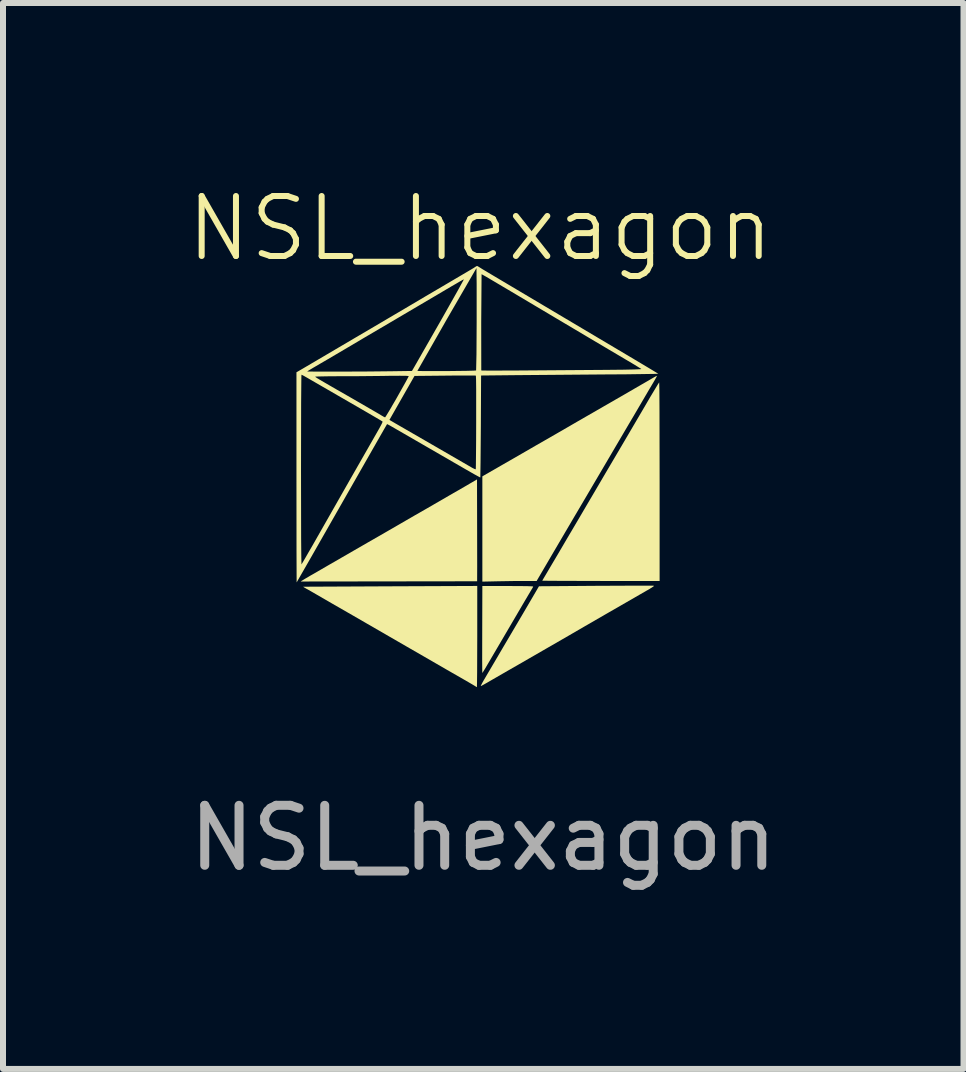
<source format=kicad_pcb>
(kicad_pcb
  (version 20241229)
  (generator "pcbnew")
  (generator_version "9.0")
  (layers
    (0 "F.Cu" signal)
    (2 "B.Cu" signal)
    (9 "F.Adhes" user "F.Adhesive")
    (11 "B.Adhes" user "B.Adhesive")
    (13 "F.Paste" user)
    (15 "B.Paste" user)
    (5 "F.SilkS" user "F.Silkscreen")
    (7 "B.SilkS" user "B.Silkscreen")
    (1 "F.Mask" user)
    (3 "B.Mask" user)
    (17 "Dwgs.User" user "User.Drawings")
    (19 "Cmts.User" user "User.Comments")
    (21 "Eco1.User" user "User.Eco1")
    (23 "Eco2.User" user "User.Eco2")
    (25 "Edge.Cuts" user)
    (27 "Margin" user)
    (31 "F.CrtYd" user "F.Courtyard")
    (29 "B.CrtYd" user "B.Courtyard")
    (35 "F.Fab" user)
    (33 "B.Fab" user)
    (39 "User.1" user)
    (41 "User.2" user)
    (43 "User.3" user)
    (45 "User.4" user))
  (footprint "NSL_hexagon"
    (layer "F.Cu")
    (at 4.955 4.926)
    (property "Reference" "NSL_hexagon" (at 0 -4.166 0) (unlocked yes) (layer "F.SilkS") (effects (font (size 1 1) (thickness 0.1))))
    (attr smd)
    (fp_poly (pts (xy 1.035 1.705) (xy 1.035 1.705) (xy 1.035 1.705)) (stroke (width 0) (type solid)) (fill yes) (layer "F.SilkS"))
    (fp_poly (pts (xy 2.987 -1.471) (xy 2.989 -1.116) (xy 2.991 0.053) (xy 2.991 1.709) (xy 2.013 1.709) (xy 1.322 1.707) (xy 1.035 1.705) (xy 1.035 1.704) (xy 1.037 1.702) (xy 1.041 1.693) (xy 1.048 1.681) (xy 1.057 1.665) (xy 1.081 1.625) (xy 1.11 1.576) (xy 1.193 1.435) (xy 1.289 1.273) (xy 1.458 0.985) (xy 1.628 0.697) (xy 1.797 0.409) (xy 1.87 0.285) (xy 1.954 0.142) (xy 2.11 -0.124) (xy 2.28 -0.412) (xy 2.457 -0.713) (xy 2.754 -1.219) (xy 2.841 -1.368) (xy 2.914 -1.489) (xy 2.964 -1.572) (xy 2.979 -1.594) (xy 2.984 -1.602)) (stroke (width 0) (type solid)) (fill yes) (layer "F.SilkS"))
    (fp_poly (pts (xy -0.051 0.864) (xy -0.05 1.463) (xy -0.051 1.714) (xy -2.991 1.718) (xy -2.991 1.718) (xy -2.991 1.718) (xy -2.991 1.717) (xy -2.988 1.715) (xy -2.977 1.707) (xy -2.958 1.696) (xy -2.934 1.681) (xy -2.904 1.663) (xy -2.869 1.643) (xy -2.831 1.62) (xy -2.79 1.597) (xy -2.5 1.429) (xy -2.309 1.319) (xy -2.119 1.209) (xy -1.869 1.065) (xy -1.594 0.907) (xy -1.395 0.792) (xy -1.312 0.744) (xy -1.238 0.701) (xy -1.105 0.624) (xy -0.878 0.494) (xy -0.519 0.286) (xy -0.445 0.243) (xy -0.362 0.196) (xy -0.267 0.141) (xy -0.163 0.08) (xy -0.053 0.016)) (stroke (width 0) (type solid)) (fill yes) (layer "F.SilkS"))
    (fp_poly (pts (xy 0.645 1.794) (xy 0.777 1.795) (xy 0.856 1.798) (xy 0.876 1.8) (xy 0.881 1.801) (xy 0.883 1.802) (xy 0.883 1.803) (xy 0.882 1.804) (xy 0.882 1.806) (xy 0.881 1.808) (xy 0.88 1.81) (xy 0.879 1.812) (xy 0.878 1.815) (xy 0.877 1.817) (xy 0.875 1.82) (xy 0.874 1.823) (xy 0.87 1.829) (xy 0.866 1.836) (xy 0.864 1.839) (xy 0.862 1.842) (xy 0.734 2.058) (xy 0.455 2.534) (xy 0.08 3.173) (xy 0.04 3.237) (xy 0.037 3.24) (xy 0.035 3.238) (xy 0.035 3.238) (xy 0.035 3.222) (xy 0.034 3.179) (xy 0.033 3.023) (xy 0.034 2.514) (xy 0.036 1.793) (xy 0.459 1.793)) (stroke (width 0) (type solid)) (fill yes) (layer "F.SilkS"))
    (fp_poly (pts (xy -0.049 2.635) (xy -0.051 3.23) (xy -0.053 3.412) (xy -0.055 3.478) (xy -0.056 3.478) (xy -0.057 3.478) (xy -0.058 3.478) (xy -0.059 3.478) (xy -0.06 3.477) (xy -0.061 3.477) (xy -0.062 3.476) (xy -0.063 3.476) (xy -0.064 3.475) (xy -0.065 3.475) (xy -0.066 3.474) (xy -0.067 3.474) (xy -0.068 3.473) (xy -0.069 3.472) (xy -0.069 3.471) (xy -0.07 3.471) (xy -0.07 3.471) (xy -0.076 3.467) (xy -0.089 3.459) (xy -0.134 3.432) (xy -0.199 3.394) (xy -0.277 3.349) (xy -0.561 3.186) (xy -0.938 2.968) (xy -1.221 2.805) (xy -1.903 2.411) (xy -2.201 2.239) (xy -2.485 2.076) (xy -2.728 1.935) (xy -2.818 1.883) (xy -2.891 1.842) (xy -2.915 1.828) (xy -2.934 1.817) (xy -2.941 1.812) (xy -2.946 1.809) (xy -2.95 1.807) (xy -2.95 1.806) (xy -2.951 1.806) (xy -2.951 1.805) (xy -1.499 1.798) (xy -0.049 1.792)) (stroke (width 0) (type solid)) (fill yes) (layer "F.SilkS"))
    (fp_poly (pts (xy 2.945 -1.709) (xy 2.946 -1.709) (xy 2.946 -1.709) (xy 2.946 -1.708) (xy 2.945 -1.706) (xy 2.944 -1.703) (xy 2.942 -1.7) (xy 2.937 -1.689) (xy 2.93 -1.676) (xy 2.921 -1.66) (xy 2.911 -1.642) (xy 2.899 -1.622) (xy 2.887 -1.601) (xy 2.812 -1.475) (xy 2.72 -1.318) (xy 2.551 -1.03) (xy 2.478 -0.907) (xy 2.394 -0.764) (xy 2.237 -0.497) (xy 2.068 -0.209) (xy 1.729 0.367) (xy 1.562 0.65) (xy 1.236 1.205) (xy 0.977 1.647) (xy 0.941 1.709) (xy 0.757 1.709) (xy 0.548 1.71) (xy 0.304 1.714) (xy 0.036 1.72) (xy 0.036 -0.035) (xy 0.072 -0.056) (xy 0.743 -0.442) (xy 0.933 -0.552) (xy 1.264 -0.742) (xy 1.623 -0.95) (xy 2.064 -1.204) (xy 2.496 -1.453) (xy 2.585 -1.505) (xy 2.694 -1.568) (xy 2.8 -1.629) (xy 2.88 -1.676) (xy 2.892 -1.683) (xy 2.904 -1.69) (xy 2.915 -1.696) (xy 2.925 -1.701) (xy 2.933 -1.705) (xy 2.939 -1.708) (xy 2.942 -1.709) (xy 2.944 -1.709) (xy 2.945 -1.709)) (stroke (width 0) (type solid)) (fill yes) (layer "F.SilkS"))
    (fp_poly (pts (xy 2.814 1.787) (xy 2.895 1.788) (xy 2.896 1.789) (xy 2.896 1.789) (xy 2.896 1.79) (xy 2.896 1.79) (xy 2.896 1.791) (xy 2.896 1.792) (xy 2.895 1.793) (xy 2.895 1.794) (xy 2.893 1.795) (xy 2.892 1.797) (xy 2.89 1.798) (xy 2.888 1.8) (xy 2.886 1.802) (xy 2.881 1.806) (xy 2.874 1.81) (xy 2.866 1.815) (xy 2.858 1.821) (xy 2.847 1.827) (xy 2.836 1.834) (xy 2.824 1.842) (xy 2.81 1.85) (xy 2.795 1.859) (xy 2.778 1.868) (xy 2.504 2.026) (xy 2.089 2.265) (xy 1.734 2.47) (xy 1.543 2.581) (xy 1.353 2.691) (xy 1.103 2.835) (xy 0.633 3.106) (xy 0.476 3.196) (xy 0.202 3.354) (xy 0.13 3.396) (xy 0.07 3.43) (xy 0.028 3.453) (xy 0.016 3.459) (xy 0.01 3.461) (xy 0.01 3.461) (xy 0.01 3.461) (xy 0.01 3.46) (xy 0.01 3.459) (xy 0.011 3.457) (xy 0.012 3.454) (xy 0.013 3.45) (xy 0.016 3.446) (xy 0.018 3.44) (xy 0.021 3.434) (xy 0.028 3.421) (xy 0.036 3.405) (xy 0.046 3.388) (xy 0.056 3.37) (xy 0.056 3.37) (xy 0.056 3.37) (xy 0.056 3.37) (xy 0.056 3.37) (xy 0.124 3.254) (xy 0.214 3.101) (xy 0.383 2.813) (xy 0.722 2.238) (xy 0.903 1.929) (xy 0.98 1.797) (xy 1.931 1.79) (xy 2.606 1.787)) (stroke (width 0) (type solid)) (fill yes) (layer "F.SilkS"))
    (fp_poly (pts (xy -0.05 -3.541) (xy -0.049 -3.541) (xy -0.048 -3.541) (xy -0.047 -3.541) (xy -0.045 -3.54) (xy -0.044 -3.539) (xy -0.041 -3.538) (xy -0.038 -3.536) (xy -0.035 -3.534) (xy -0.031 -3.532) (xy 0.036 -3.49) (xy 0.227 -3.376) (xy 1.069 -2.876) (xy 2.563 -1.989) (xy 2.846 -1.82) (xy 2.968 -1.746) (xy 2.951 -1.745) (xy 2.9 -1.743) (xy 2.707 -1.74) (xy 2.421 -1.736) (xy 2.071 -1.734) (xy 0.591 -1.722) (xy 0.015 -1.716) (xy 0.011 -0.868) (xy 0.006 -0.268) (xy 0.002 -0.016) (xy 0.002 -0.016) (xy 0.000437 -0.017) (xy -0.004 -0.019) (xy -0.018 -0.026) (xy -0.04 -0.038) (xy -0.069 -0.054) (xy -0.104 -0.073) (xy -0.144 -0.096) (xy -0.235 -0.148) (xy -0.963 -0.569) (xy -1.264 -0.743) (xy -1.505 -0.882) (xy -1.543 -0.902) (xy -1.55 -0.905) (xy -1.553 -0.905) (xy -1.603 -0.819) (xy -1.788 -0.495) (xy -2.815 1.306) (xy -3.06 1.733) (xy -3.062 1.221) (xy -3.063 -0.016) (xy -3.063 -0.016) (xy -3.063 -0.144) (xy -2.987 -0.144) (xy -2.985 0.998) (xy -2.982 1.32) (xy -2.979 1.433) (xy -2.974 1.425) (xy -2.963 1.406) (xy -2.924 1.34) (xy -2.869 1.244) (xy -2.802 1.129) (xy -2.802 1.129) (xy -2.187 0.049) (xy -1.68 -0.838) (xy -1.668 -0.861) (xy -1.657 -0.881) (xy -1.647 -0.9) (xy -1.639 -0.916) (xy -1.633 -0.929) (xy -1.631 -0.934) (xy -1.63 -0.939) (xy -1.629 -0.943) (xy -1.628 -0.946) (xy -1.628 -0.949) (xy -1.628 -0.949) (xy -1.629 -0.95) (xy -1.647 -0.961) (xy -1.672 -0.976) (xy -1.513 -0.976) (xy -1.414 -0.918) (xy -0.751 -0.535) (xy -0.134 -0.178) (xy -0.123 -0.172) (xy -0.112 -0.167) (xy -0.102 -0.162) (xy -0.094 -0.158) (xy -0.09 -0.157) (xy -0.086 -0.155) (xy -0.083 -0.154) (xy -0.08 -0.154) (xy -0.078 -0.153) (xy -0.076 -0.153) (xy -0.075 -0.154) (xy -0.074 -0.154) (xy -0.074 -0.154) (xy -0.073 -0.172) (xy -0.072 -0.218) (xy -0.07 -0.387) (xy -0.068 -0.635) (xy -0.067 -0.936) (xy -0.067 -0.936) (xy -0.067 -1.488) (xy -0.069 -1.653) (xy -0.072 -1.715) (xy -0.083 -1.715) (xy -0.115 -1.716) (xy -0.226 -1.716) (xy -0.389 -1.716) (xy -0.587 -1.714) (xy -1.095 -1.709) (xy -1.279 -1.387) (xy -1.488 -1.02) (xy -1.513 -0.976) (xy -1.672 -0.976) (xy -1.697 -0.991) (xy -1.889 -1.103) (xy -2.631 -1.532) (xy -2.901 -1.688) (xy -2.916 -1.696) (xy -2.75 -1.696) (xy -2.749 -1.696) (xy -2.749 -1.695) (xy -2.748 -1.693) (xy -2.747 -1.692) (xy -2.745 -1.691) (xy -2.743 -1.689) (xy -2.736 -1.684) (xy -2.728 -1.679) (xy -2.717 -1.671) (xy -2.702 -1.663) (xy -2.685 -1.652) (xy -2.664 -1.64) (xy -2.639 -1.625) (xy -2.577 -1.589) (xy -2.496 -1.542) (xy -2.394 -1.483) (xy -2.144 -1.34) (xy -1.759 -1.117) (xy -1.685 -1.074) (xy -1.654 -1.055) (xy -1.632 -1.042) (xy -1.624 -1.038) (xy -1.617 -1.033) (xy -1.609 -1.029) (xy -1.603 -1.026) (xy -1.597 -1.023) (xy -1.592 -1.02) (xy -1.59 -1.02) (xy -1.588 -1.019) (xy -1.586 -1.019) (xy -1.585 -1.018) (xy -1.585 -1.019) (xy -1.584 -1.02) (xy -1.58 -1.025) (xy -1.567 -1.045) (xy -1.548 -1.076) (xy -1.523 -1.117) (xy -1.493 -1.167) (xy -1.46 -1.225) (xy -1.423 -1.288) (xy -1.384 -1.356) (xy -1.384 -1.356) (xy -1.31 -1.488) (xy -1.248 -1.598) (xy -1.207 -1.674) (xy -1.196 -1.695) (xy -1.192 -1.704) (xy -1.192 -1.705) (xy -1.193 -1.706) (xy -1.194 -1.706) (xy -1.196 -1.707) (xy -1.203 -1.708) (xy -1.212 -1.709) (xy -1.224 -1.71) (xy -1.239 -1.711) (xy -1.258 -1.711) (xy -1.281 -1.711) (xy -1.339 -1.712) (xy -1.414 -1.711) (xy -1.509 -1.711) (xy -1.625 -1.709) (xy -2.032 -1.705) (xy -2.404 -1.704) (xy -2.538 -1.703) (xy -2.648 -1.701) (xy -2.722 -1.699) (xy -2.743 -1.698) (xy -2.748 -1.697) (xy -2.75 -1.696) (xy -2.916 -1.696) (xy -2.929 -1.704) (xy -2.942 -1.711) (xy -2.953 -1.717) (xy -2.963 -1.722) (xy -2.971 -1.726) (xy -2.976 -1.728) (xy -2.978 -1.729) (xy -2.979 -1.729) (xy -2.981 -1.697) (xy -2.982 -1.604) (xy -2.985 -1.264) (xy -2.987 -0.144) (xy -3.063 -0.144) (xy -3.063 -1.77) (xy -3.04 -1.783) (xy -2.885 -1.783) (xy -2.721 -1.781) (xy -2.331 -1.781) (xy -1.868 -1.783) (xy -1.484 -1.787) (xy -1.484 -1.787) (xy -1.137 -1.792) (xy -1.137 -1.793) (xy -1.047 -1.793) (xy -1.006 -1.791) (xy -0.897 -1.79) (xy -0.562 -1.79) (xy -0.225 -1.794) (xy -0.112 -1.797) (xy -0.068 -1.8) (xy -0.062 -2.07) (xy -0.059 -2.602) (xy 0.017 -2.602) (xy 0.018 -1.8) (xy 0.054 -1.799) (xy 0.156 -1.798) (xy 0.555 -1.799) (xy 2.092 -1.81) (xy 2.092 -1.81) (xy 2.385 -1.813) (xy 2.569 -1.817) (xy 2.662 -1.821) (xy 2.681 -1.823) (xy 2.685 -1.824) (xy 2.685 -1.826) (xy 2.677 -1.831) (xy 2.661 -1.841) (xy 2.606 -1.875) (xy 2.527 -1.923) (xy 2.432 -1.979) (xy 1.839 -2.33) (xy 1.162 -2.732) (xy 0.506 -3.122) (xy 0.102 -3.361) (xy 0.038 -3.397) (xy 0.027 -3.403) (xy 0.023 -3.404) (xy 0.017 -2.602) (xy -0.059 -2.602) (xy -0.059 -2.657) (xy -0.059 -3.241) (xy -0.062 -3.507) (xy -0.551 -2.663) (xy -1.047 -1.793) (xy -1.137 -1.793) (xy -1.098 -1.86) (xy -0.629 -2.68) (xy -0.379 -3.123) (xy -0.272 -3.318) (xy -0.272 -3.318) (xy -0.273 -3.318) (xy -0.274 -3.318) (xy -0.276 -3.317) (xy -0.281 -3.315) (xy -0.288 -3.312) (xy -0.298 -3.307) (xy -0.311 -3.299) (xy -0.328 -3.29) (xy -0.349 -3.278) (xy -0.403 -3.246) (xy -0.478 -3.203) (xy -0.576 -3.145) (xy -0.701 -3.071) (xy -1.01 -2.889) (xy -1.319 -2.707) (xy -1.628 -2.525) (xy -1.916 -2.356) (xy -2.203 -2.186) (xy -2.534 -1.991) (xy -2.786 -1.844) (xy -2.824 -1.821) (xy -2.856 -1.802) (xy -2.877 -1.788) (xy -2.883 -1.784) (xy -2.885 -1.783) (xy -2.885 -1.783) (xy -3.04 -1.783) (xy -2.951 -1.835) (xy -2.419 -2.148) (xy -2.11 -2.33) (xy -1.822 -2.499) (xy -1.513 -2.681) (xy -1.204 -2.863) (xy -0.917 -3.033) (xy -0.629 -3.202) (xy -0.32 -3.384) (xy -0.169 -3.473) (xy -0.115 -3.505) (xy -0.087 -3.523) (xy -0.075 -3.531) (xy -0.071 -3.534) (xy -0.067 -3.536) (xy -0.063 -3.538) (xy -0.06 -3.54) (xy -0.058 -3.54) (xy -0.057 -3.541) (xy -0.055 -3.541) (xy -0.054 -3.541) (xy -0.053 -3.541) (xy -0.052 -3.541)) (stroke (width 0) (type solid)) (fill yes) (layer "F.SilkS"))
    (fp_text user "${REFERENCE}" (at 0.051 5.994 0) (unlocked yes) (layer "F.Fab") (effects (font (size 1 1) (thickness 0.15)))))
  (gr_rect
    (start -3 -3)
    (end 13.012 14.769)
    (stroke (width 0.1) (type default))
    (fill no)
    (layer "Edge.Cuts")))
</source>
